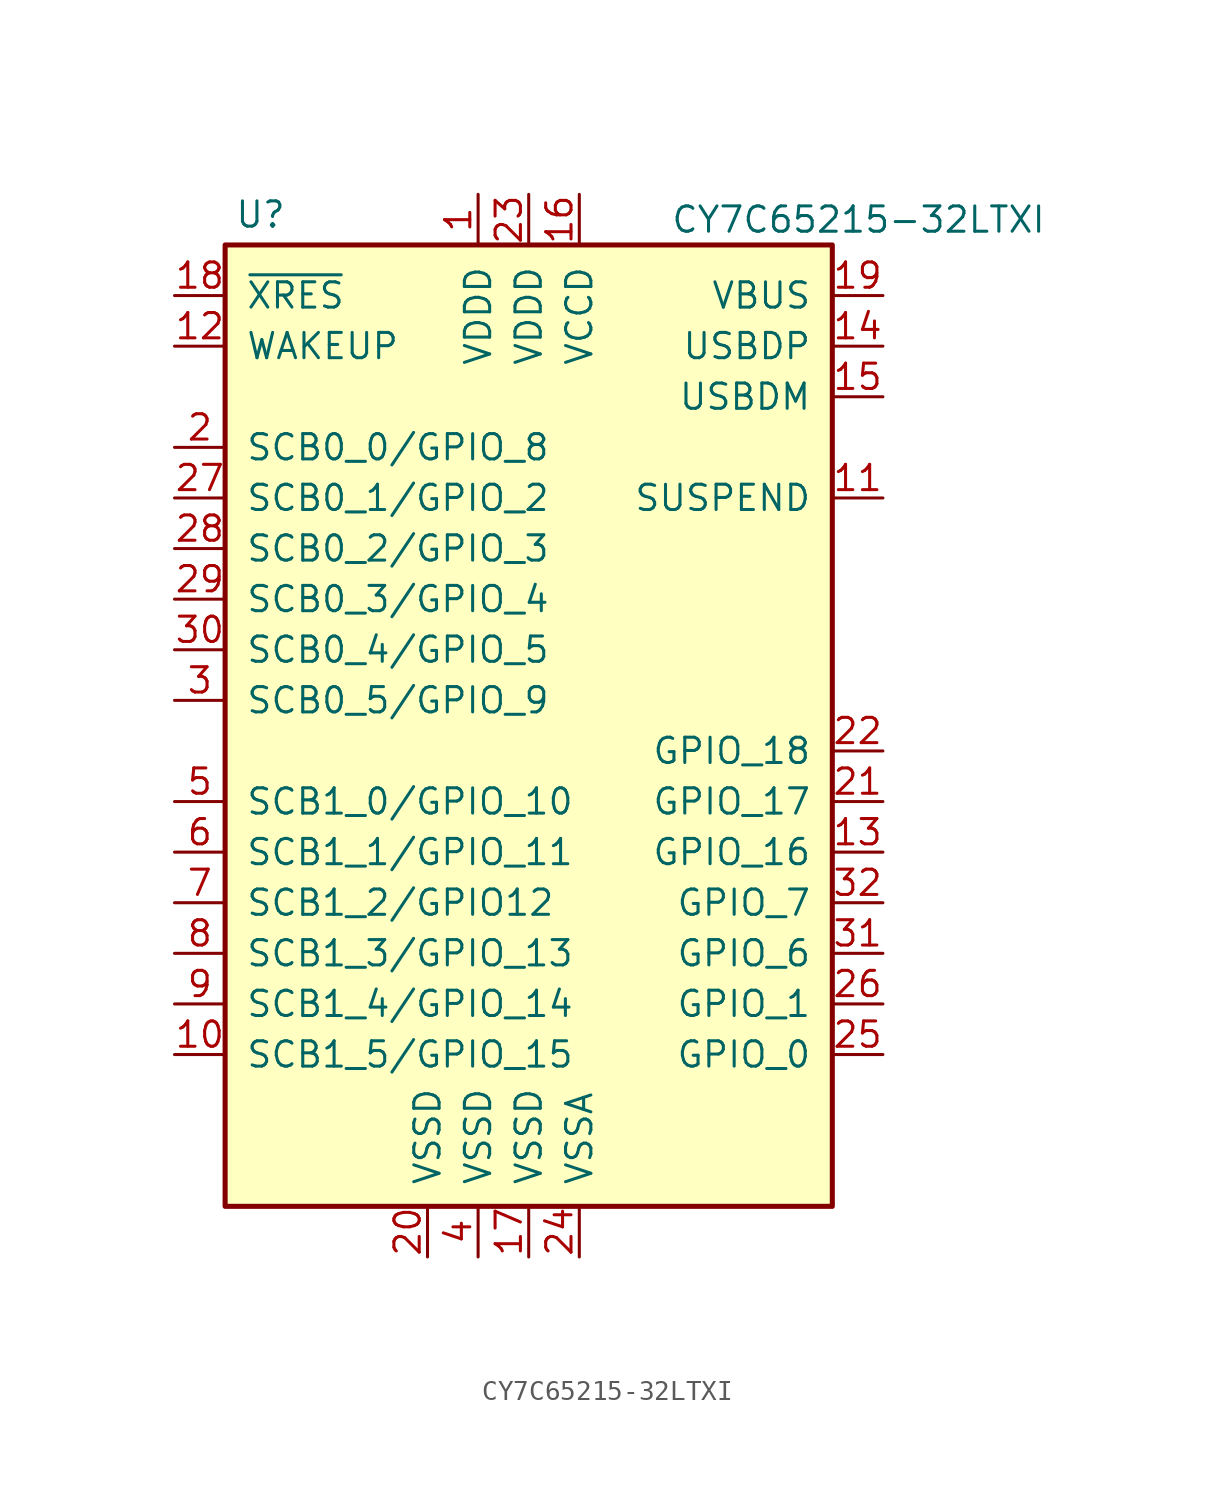
<source format=kicad_sym>
(kicad_symbol_lib
  (version 20211014)
  (generator kicad_symbol_editor)
  (symbol "CY7C65215-32LTXI"
    (pin_names
      (offset 1.016))
    (property "Reference" "U"
      (at -13.462 21.844 0)
      (effects (font (size 1.27 1.27))))
    (property "Value" "CY7C65215-32LTXI"
      (at 7.112 21.59 0)
      (effects (font (size 1.27 1.27)) (justify left)))
    (symbol "CY7C65215-32LTXI_0_1"
      (rectangle (start -15.24 20.32) (end 15.24 -27.94) (stroke (width 0.254) (type default) (color 0 0 0 0)) (fill (type background))))
    (symbol "CY7C65215-32LTXI_1_1"
      (pin power_in line (at -2.54 22.86 270) (length 2.54) (name "VDDD" (effects (font (size 1.27 1.27)))) (number "1" (effects (font (size 1.27 1.27)))))
      (pin bidirectional line (at -17.78 -20.32 0) (length 2.54) (name "SCB1_5/GPIO_15" (effects (font (size 1.27 1.27)))) (number "10" (effects (font (size 1.27 1.27)))))
      (pin output line (at 17.78 7.62 180) (length 2.54) (name "SUSPEND" (effects (font (size 1.27 1.27)))) (number "11" (effects (font (size 1.27 1.27)))))
      (pin input line (at -17.78 15.24 0) (length 2.54) (name "WAKEUP" (effects (font (size 1.27 1.27)))) (number "12" (effects (font (size 1.27 1.27)))))
      (pin tri_state line (at 17.78 -10.16 180) (length 2.54) (name "GPIO_16" (effects (font (size 1.27 1.27)))) (number "13" (effects (font (size 1.27 1.27)))))
      (pin bidirectional line (at 17.78 15.24 180) (length 2.54) (name "USBDP" (effects (font (size 1.27 1.27)))) (number "14" (effects (font (size 1.27 1.27)))))
      (pin bidirectional line (at 17.78 12.7 180) (length 2.54) (name "USBDM" (effects (font (size 1.27 1.27)))) (number "15" (effects (font (size 1.27 1.27)))))
      (pin power_in line (at 2.54 22.86 270) (length 2.54) (name "VCCD" (effects (font (size 1.27 1.27)))) (number "16" (effects (font (size 1.27 1.27)))))
      (pin power_in line (at 0 -30.48 90) (length 2.54) (name "VSSD" (effects (font (size 1.27 1.27)))) (number "17" (effects (font (size 1.27 1.27)))))
      (pin input line (at -17.78 17.78 0) (length 2.54) (name "~{XRES}" (effects (font (size 1.27 1.27)))) (number "18" (effects (font (size 1.27 1.27)))))
      (pin power_out line (at 17.78 17.78 180) (length 2.54) (name "VBUS" (effects (font (size 1.27 1.27)))) (number "19" (effects (font (size 1.27 1.27)))))
      (pin bidirectional line (at -17.78 10.16 0) (length 2.54) (name "SCB0_0/GPIO_8" (effects (font (size 1.27 1.27)))) (number "2" (effects (font (size 1.27 1.27)))))
      (pin power_in line (at -5.08 -30.48 90) (length 2.54) (name "VSSD" (effects (font (size 1.27 1.27)))) (number "20" (effects (font (size 1.27 1.27)))))
      (pin tri_state line (at 17.78 -7.62 180) (length 2.54) (name "GPIO_17" (effects (font (size 1.27 1.27)))) (number "21" (effects (font (size 1.27 1.27)))))
      (pin tri_state line (at 17.78 -5.08 180) (length 2.54) (name "GPIO_18" (effects (font (size 1.27 1.27)))) (number "22" (effects (font (size 1.27 1.27)))))
      (pin power_in line (at 0 22.86 270) (length 2.54) (name "VDDD" (effects (font (size 1.27 1.27)))) (number "23" (effects (font (size 1.27 1.27)))))
      (pin power_in line (at 2.54 -30.48 90) (length 2.54) (name "VSSA" (effects (font (size 1.27 1.27)))) (number "24" (effects (font (size 1.27 1.27)))))
      (pin bidirectional line (at 17.78 -20.32 180) (length 2.54) (name "GPIO_0" (effects (font (size 1.27 1.27)))) (number "25" (effects (font (size 1.27 1.27)))))
      (pin bidirectional line (at 17.78 -17.78 180) (length 2.54) (name "GPIO_1" (effects (font (size 1.27 1.27)))) (number "26" (effects (font (size 1.27 1.27)))))
      (pin bidirectional line (at -17.78 7.62 0) (length 2.54) (name "SCB0_1/GPIO_2" (effects (font (size 1.27 1.27)))) (number "27" (effects (font (size 1.27 1.27)))))
      (pin bidirectional line (at -17.78 5.08 0) (length 2.54) (name "SCB0_2/GPIO_3" (effects (font (size 1.27 1.27)))) (number "28" (effects (font (size 1.27 1.27)))))
      (pin bidirectional line (at -17.78 2.54 0) (length 2.54) (name "SCB0_3/GPIO_4" (effects (font (size 1.27 1.27)))) (number "29" (effects (font (size 1.27 1.27)))))
      (pin bidirectional line (at -17.78 -2.54 0) (length 2.54) (name "SCB0_5/GPIO_9" (effects (font (size 1.27 1.27)))) (number "3" (effects (font (size 1.27 1.27)))))
      (pin bidirectional line (at -17.78 0 0) (length 2.54) (name "SCB0_4/GPIO_5" (effects (font (size 1.27 1.27)))) (number "30" (effects (font (size 1.27 1.27)))))
      (pin bidirectional line (at 17.78 -15.24 180) (length 2.54) (name "GPIO_6" (effects (font (size 1.27 1.27)))) (number "31" (effects (font (size 1.27 1.27)))))
      (pin bidirectional line (at 17.78 -12.7 180) (length 2.54) (name "GPIO_7" (effects (font (size 1.27 1.27)))) (number "32" (effects (font (size 1.27 1.27)))))
      (pin no_connect line (at -15.24 -25.4 0) (length 2.54) hide (name "1EP" (effects (font (size 1.27 1.27)))) (number "33" (effects (font (size 1.27 1.27)))))
      (pin power_in line (at -2.54 -30.48 90) (length 2.54) (name "VSSD" (effects (font (size 1.27 1.27)))) (number "4" (effects (font (size 1.27 1.27)))))
      (pin bidirectional line (at -17.78 -7.62 0) (length 2.54) (name "SCB1_0/GPIO_10" (effects (font (size 1.27 1.27)))) (number "5" (effects (font (size 1.27 1.27)))))
      (pin bidirectional line (at -17.78 -10.16 0) (length 2.54) (name "SCB1_1/GPIO_11" (effects (font (size 1.27 1.27)))) (number "6" (effects (font (size 1.27 1.27)))))
      (pin bidirectional line (at -17.78 -12.7 0) (length 2.54) (name "SCB1_2/GPIO12" (effects (font (size 1.27 1.27)))) (number "7" (effects (font (size 1.27 1.27)))))
      (pin bidirectional line (at -17.78 -15.24 0) (length 2.54) (name "SCB1_3/GPIO_13" (effects (font (size 1.27 1.27)))) (number "8" (effects (font (size 1.27 1.27)))))
      (pin bidirectional line (at -17.78 -17.78 0) (length 2.54) (name "SCB1_4/GPIO_14" (effects (font (size 1.27 1.27)))) (number "9" (effects (font (size 1.27 1.27))))))))
</source>
